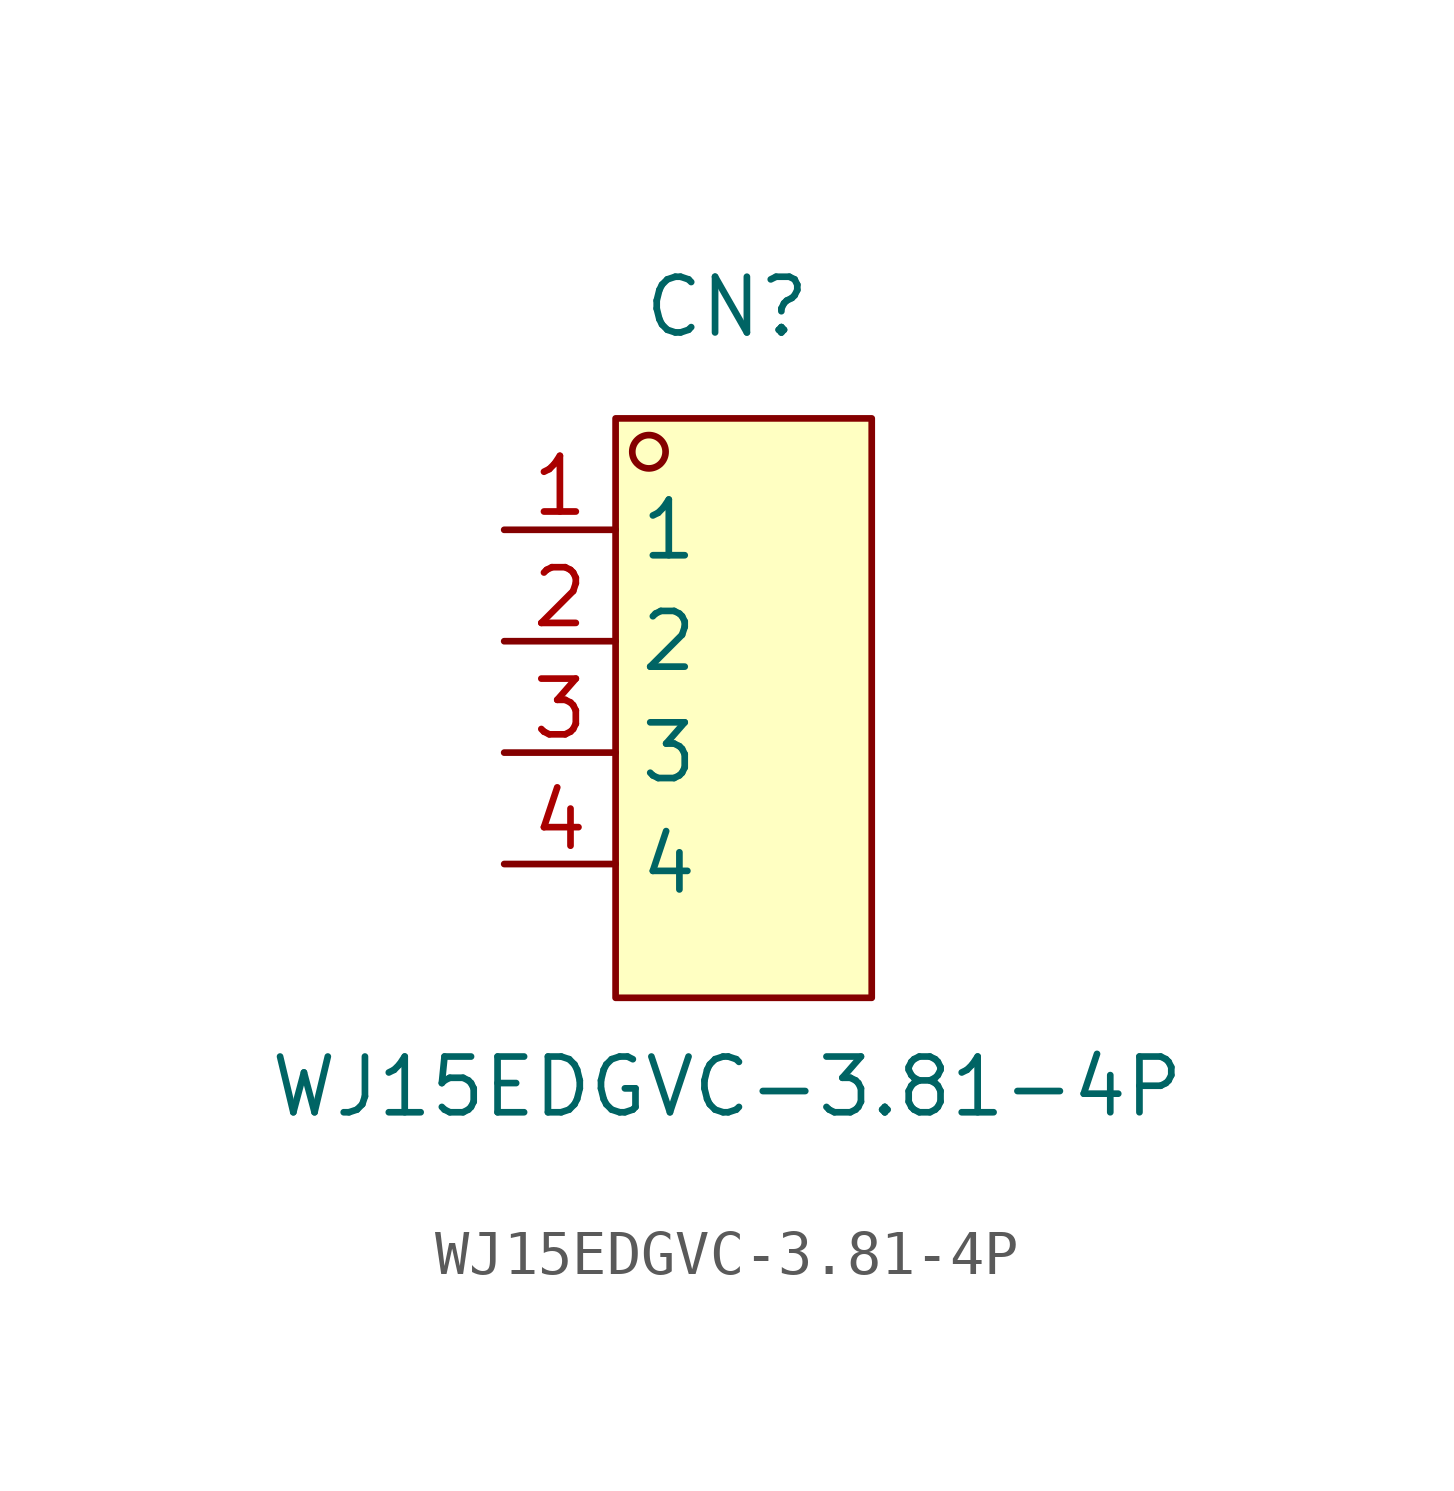
<source format=kicad_sym>
(kicad_symbol_lib
  (version 20211014)
  (generator https://github.com/uPesy/easyeda2kicad.py)
  (symbol "WJ15EDGVC-3.81-4P"
    (property "Reference" "CN"
      (at 0 10.16 0)
      (effects (font (size 1.27 1.27))))
    (property "Value" "WJ15EDGVC-3.81-4P"
      (at 0 -7.62 0)
      (effects (font (size 1.27 1.27))))
    (symbol "WJ15EDGVC-3.81-4P_0_1"
      (rectangle (start -2.54 7.62) (end 3.30 -5.59) (stroke (width 0) (type default) (color 0 0 0 0)) (fill (type background)))
      (circle (center -1.78 6.86) (radius 0.38) (stroke (width 0) (type default) (color 0 0 0 0)) (fill (type none)))
      (pin unspecified line (at -5.08 5.08 0) (length 2.54) (name "1" (effects (font (size 1.27 1.27)))) (number "1" (effects (font (size 1.27 1.27)))))
      (pin unspecified line (at -5.08 2.54 0) (length 2.54) (name "2" (effects (font (size 1.27 1.27)))) (number "2" (effects (font (size 1.27 1.27)))))
      (pin unspecified line (at -5.08 -0.00 0) (length 2.54) (name "3" (effects (font (size 1.27 1.27)))) (number "3" (effects (font (size 1.27 1.27)))))
      (pin unspecified line (at -5.08 -2.54 0) (length 2.54) (name "4" (effects (font (size 1.27 1.27)))) (number "4" (effects (font (size 1.27 1.27))))))))
</source>
